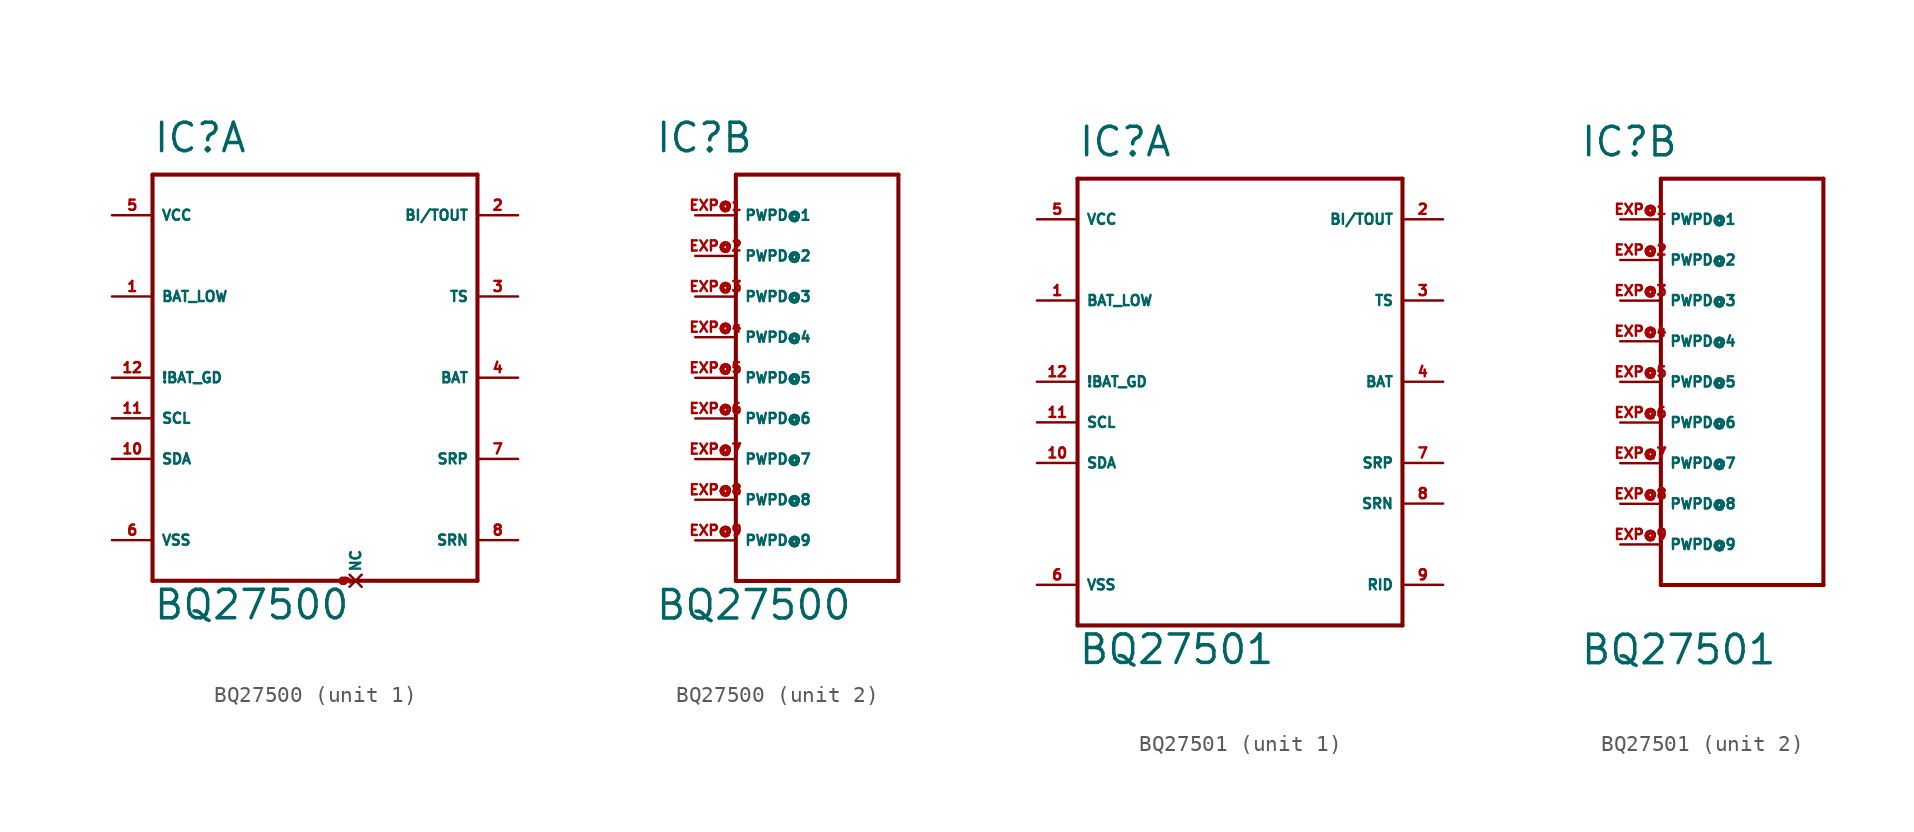
<source format=kicad_sym>
(kicad_symbol_lib
  (version 20220914)
  (generator Eagle2Kicad)
  (symbol "BQ27500"
    (property "Reference" "IC"
      (at -10.16 13.97 0)
      (effects (font (size 1.778 1.778) (thickness 0.22)) (justify left bottom)))
    (property "Value" "BQ27500"
      (at -10.16 -15.24 0)
      (effects (font (size 1.778 1.778) (thickness 0.22)) (justify left bottom)))
    (symbol "BQ27500_1_0"
      (polyline (pts (xy -10.16 12.7) (xy 10.16 12.7)) (stroke (width 0.254) (type default)) (fill (type none)))
      (polyline (pts (xy 10.16 12.7) (xy 10.16 -12.7)) (stroke (width 0.254) (type default)) (fill (type none)))
      (polyline (pts (xy 10.16 -12.7) (xy -10.16 -12.7)) (stroke (width 0.254) (type default)) (fill (type none)))
      (polyline (pts (xy -10.16 -12.7) (xy -10.16 12.7)) (stroke (width 0.254) (type default)) (fill (type none)))
      (pin output line (at -12.7 5.08 0) (length 2.54) (name "BAT_LOW" (effects (font (size 0.635 0.635) (thickness 0.08)) (justify left bottom))) (number "1" (effects (font (size 0.635 0.635) (thickness 0.08)) (justify left bottom))))
      (pin bidirectional line (at 12.7 10.16 180) (length 2.54) (name "BI/TOUT" (effects (font (size 0.635 0.635) (thickness 0.08)) (justify left bottom))) (number "2" (effects (font (size 0.635 0.635) (thickness 0.08)) (justify left bottom))))
      (pin input line (at 12.7 5.08 180) (length 2.54) (name "TS" (effects (font (size 0.635 0.635) (thickness 0.08)) (justify left bottom))) (number "3" (effects (font (size 0.635 0.635) (thickness 0.08)) (justify left bottom))))
      (pin input line (at 12.7 0 180) (length 2.54) (name "BAT" (effects (font (size 0.635 0.635) (thickness 0.08)) (justify left bottom))) (number "4" (effects (font (size 0.635 0.635) (thickness 0.08)) (justify left bottom))))
      (pin unspecified line (at -12.7 10.16 0) (length 2.54) (name "VCC" (effects (font (size 0.635 0.635) (thickness 0.08)) (justify left bottom))) (number "5" (effects (font (size 0.635 0.635) (thickness 0.08)) (justify left bottom))))
      (pin unspecified line (at -12.7 -10.16 0) (length 2.54) (name "VSS" (effects (font (size 0.635 0.635) (thickness 0.08)) (justify left bottom))) (number "6" (effects (font (size 0.635 0.635) (thickness 0.08)) (justify left bottom))))
      (pin input line (at 12.7 -5.08 180) (length 2.54) (name "SRP" (effects (font (size 0.635 0.635) (thickness 0.08)) (justify left bottom))) (number "7" (effects (font (size 0.635 0.635) (thickness 0.08)) (justify left bottom))))
      (pin input line (at 12.7 -10.16 180) (length 2.54) (name "SRN" (effects (font (size 0.635 0.635) (thickness 0.08)) (justify left bottom))) (number "8" (effects (font (size 0.635 0.635) (thickness 0.08)) (justify left bottom))))
      (pin no_connect line (at 2.54 -12.7 90) (length 0) (name "NC" (effects (font (size 0.635 0.635) (thickness 0.08)) (justify left bottom) hide)) (number "9" (effects (font (size 0.635 0.635) (thickness 0.08)) (justify left bottom) hide)))
      (pin bidirectional line (at -12.7 -5.08 0) (length 2.54) (name "SDA" (effects (font (size 0.635 0.635) (thickness 0.08)) (justify left bottom))) (number "10" (effects (font (size 0.635 0.635) (thickness 0.08)) (justify left bottom))))
      (pin input line (at -12.7 -2.54 0) (length 2.54) (name "SCL" (effects (font (size 0.635 0.635) (thickness 0.08)) (justify left bottom))) (number "11" (effects (font (size 0.635 0.635) (thickness 0.08)) (justify left bottom))))
      (pin output line (at -12.7 0 0) (length 2.54) (name "!BAT_GD" (effects (font (size 0.635 0.635) (thickness 0.08)) (justify left bottom))) (number "12" (effects (font (size 0.635 0.635) (thickness 0.08)) (justify left bottom)))))
    (symbol "BQ27500_2_0"
      (polyline (pts (xy -5.08 12.7) (xy -5.08 -12.7)) (stroke (width 0.254) (type default)) (fill (type none)))
      (polyline (pts (xy -5.08 -12.7) (xy 5.08 -12.7)) (stroke (width 0.254) (type default)) (fill (type none)))
      (polyline (pts (xy 5.08 -12.7) (xy 5.08 12.7)) (stroke (width 0.254) (type default)) (fill (type none)))
      (polyline (pts (xy 5.08 12.7) (xy -5.08 12.7)) (stroke (width 0.254) (type default)) (fill (type none)))
      (pin unspecified line (at -7.62 10.16 0) (length 2.54) (name "PWPD@1" (effects (font (size 0.635 0.635) (thickness 0.08)) (justify left bottom))) (number "EXP@1" (effects (font (size 0.635 0.635) (thickness 0.08)) (justify left bottom))))
      (pin unspecified line (at -7.62 7.62 0) (length 2.54) (name "PWPD@2" (effects (font (size 0.635 0.635) (thickness 0.08)) (justify left bottom))) (number "EXP@2" (effects (font (size 0.635 0.635) (thickness 0.08)) (justify left bottom))))
      (pin unspecified line (at -7.62 5.08 0) (length 2.54) (name "PWPD@3" (effects (font (size 0.635 0.635) (thickness 0.08)) (justify left bottom))) (number "EXP@3" (effects (font (size 0.635 0.635) (thickness 0.08)) (justify left bottom))))
      (pin unspecified line (at -7.62 2.54 0) (length 2.54) (name "PWPD@4" (effects (font (size 0.635 0.635) (thickness 0.08)) (justify left bottom))) (number "EXP@4" (effects (font (size 0.635 0.635) (thickness 0.08)) (justify left bottom))))
      (pin unspecified line (at -7.62 0 0) (length 2.54) (name "PWPD@5" (effects (font (size 0.635 0.635) (thickness 0.08)) (justify left bottom))) (number "EXP@5" (effects (font (size 0.635 0.635) (thickness 0.08)) (justify left bottom))))
      (pin unspecified line (at -7.62 -2.54 0) (length 2.54) (name "PWPD@6" (effects (font (size 0.635 0.635) (thickness 0.08)) (justify left bottom))) (number "EXP@6" (effects (font (size 0.635 0.635) (thickness 0.08)) (justify left bottom))))
      (pin unspecified line (at -7.62 -5.08 0) (length 2.54) (name "PWPD@7" (effects (font (size 0.635 0.635) (thickness 0.08)) (justify left bottom))) (number "EXP@7" (effects (font (size 0.635 0.635) (thickness 0.08)) (justify left bottom))))
      (pin unspecified line (at -7.62 -7.62 0) (length 2.54) (name "PWPD@8" (effects (font (size 0.635 0.635) (thickness 0.08)) (justify left bottom))) (number "EXP@8" (effects (font (size 0.635 0.635) (thickness 0.08)) (justify left bottom))))
      (pin unspecified line (at -7.62 -10.16 0) (length 2.54) (name "PWPD@9" (effects (font (size 0.635 0.635) (thickness 0.08)) (justify left bottom))) (number "EXP@9" (effects (font (size 0.635 0.635) (thickness 0.08)) (justify left bottom))))))
  (symbol "BQ27501"
    (property "Reference" "IC"
      (at -10.16 13.97 0)
      (effects (font (size 1.778 1.778) (thickness 0.22)) (justify left bottom)))
    (property "Value" "BQ27501"
      (at -10.16 -17.78 0)
      (effects (font (size 1.778 1.778) (thickness 0.22)) (justify left bottom)))
    (symbol "BQ27501_1_0"
      (polyline (pts (xy -10.16 12.7) (xy 10.16 12.7)) (stroke (width 0.254) (type default)) (fill (type none)))
      (polyline (pts (xy 10.16 12.7) (xy 10.16 -15.24)) (stroke (width 0.254) (type default)) (fill (type none)))
      (polyline (pts (xy 10.16 -15.24) (xy -10.16 -15.24)) (stroke (width 0.254) (type default)) (fill (type none)))
      (polyline (pts (xy -10.16 -15.24) (xy -10.16 12.7)) (stroke (width 0.254) (type default)) (fill (type none)))
      (pin output line (at -12.7 5.08 0) (length 2.54) (name "BAT_LOW" (effects (font (size 0.635 0.635) (thickness 0.08)) (justify left bottom))) (number "1" (effects (font (size 0.635 0.635) (thickness 0.08)) (justify left bottom))))
      (pin bidirectional line (at 12.7 10.16 180) (length 2.54) (name "BI/TOUT" (effects (font (size 0.635 0.635) (thickness 0.08)) (justify left bottom))) (number "2" (effects (font (size 0.635 0.635) (thickness 0.08)) (justify left bottom))))
      (pin input line (at 12.7 5.08 180) (length 2.54) (name "TS" (effects (font (size 0.635 0.635) (thickness 0.08)) (justify left bottom))) (number "3" (effects (font (size 0.635 0.635) (thickness 0.08)) (justify left bottom))))
      (pin input line (at 12.7 0 180) (length 2.54) (name "BAT" (effects (font (size 0.635 0.635) (thickness 0.08)) (justify left bottom))) (number "4" (effects (font (size 0.635 0.635) (thickness 0.08)) (justify left bottom))))
      (pin unspecified line (at -12.7 10.16 0) (length 2.54) (name "VCC" (effects (font (size 0.635 0.635) (thickness 0.08)) (justify left bottom))) (number "5" (effects (font (size 0.635 0.635) (thickness 0.08)) (justify left bottom))))
      (pin unspecified line (at -12.7 -12.7 0) (length 2.54) (name "VSS" (effects (font (size 0.635 0.635) (thickness 0.08)) (justify left bottom))) (number "6" (effects (font (size 0.635 0.635) (thickness 0.08)) (justify left bottom))))
      (pin input line (at 12.7 -5.08 180) (length 2.54) (name "SRP" (effects (font (size 0.635 0.635) (thickness 0.08)) (justify left bottom))) (number "7" (effects (font (size 0.635 0.635) (thickness 0.08)) (justify left bottom))))
      (pin input line (at 12.7 -7.62 180) (length 2.54) (name "SRN" (effects (font (size 0.635 0.635) (thickness 0.08)) (justify left bottom))) (number "8" (effects (font (size 0.635 0.635) (thickness 0.08)) (justify left bottom))))
      (pin input line (at 12.7 -12.7 180) (length 2.54) (name "RID" (effects (font (size 0.635 0.635) (thickness 0.08)) (justify left bottom))) (number "9" (effects (font (size 0.635 0.635) (thickness 0.08)) (justify left bottom))))
      (pin bidirectional line (at -12.7 -5.08 0) (length 2.54) (name "SDA" (effects (font (size 0.635 0.635) (thickness 0.08)) (justify left bottom))) (number "10" (effects (font (size 0.635 0.635) (thickness 0.08)) (justify left bottom))))
      (pin input line (at -12.7 -2.54 0) (length 2.54) (name "SCL" (effects (font (size 0.635 0.635) (thickness 0.08)) (justify left bottom))) (number "11" (effects (font (size 0.635 0.635) (thickness 0.08)) (justify left bottom))))
      (pin output line (at -12.7 0 0) (length 2.54) (name "!BAT_GD" (effects (font (size 0.635 0.635) (thickness 0.08)) (justify left bottom))) (number "12" (effects (font (size 0.635 0.635) (thickness 0.08)) (justify left bottom)))))
    (symbol "BQ27501_2_0"
      (polyline (pts (xy -5.08 12.7) (xy -5.08 -12.7)) (stroke (width 0.254) (type default)) (fill (type none)))
      (polyline (pts (xy -5.08 -12.7) (xy 5.08 -12.7)) (stroke (width 0.254) (type default)) (fill (type none)))
      (polyline (pts (xy 5.08 -12.7) (xy 5.08 12.7)) (stroke (width 0.254) (type default)) (fill (type none)))
      (polyline (pts (xy 5.08 12.7) (xy -5.08 12.7)) (stroke (width 0.254) (type default)) (fill (type none)))
      (pin unspecified line (at -7.62 10.16 0) (length 2.54) (name "PWPD@1" (effects (font (size 0.635 0.635) (thickness 0.08)) (justify left bottom))) (number "EXP@1" (effects (font (size 0.635 0.635) (thickness 0.08)) (justify left bottom))))
      (pin unspecified line (at -7.62 7.62 0) (length 2.54) (name "PWPD@2" (effects (font (size 0.635 0.635) (thickness 0.08)) (justify left bottom))) (number "EXP@2" (effects (font (size 0.635 0.635) (thickness 0.08)) (justify left bottom))))
      (pin unspecified line (at -7.62 5.08 0) (length 2.54) (name "PWPD@3" (effects (font (size 0.635 0.635) (thickness 0.08)) (justify left bottom))) (number "EXP@3" (effects (font (size 0.635 0.635) (thickness 0.08)) (justify left bottom))))
      (pin unspecified line (at -7.62 2.54 0) (length 2.54) (name "PWPD@4" (effects (font (size 0.635 0.635) (thickness 0.08)) (justify left bottom))) (number "EXP@4" (effects (font (size 0.635 0.635) (thickness 0.08)) (justify left bottom))))
      (pin unspecified line (at -7.62 0 0) (length 2.54) (name "PWPD@5" (effects (font (size 0.635 0.635) (thickness 0.08)) (justify left bottom))) (number "EXP@5" (effects (font (size 0.635 0.635) (thickness 0.08)) (justify left bottom))))
      (pin unspecified line (at -7.62 -2.54 0) (length 2.54) (name "PWPD@6" (effects (font (size 0.635 0.635) (thickness 0.08)) (justify left bottom))) (number "EXP@6" (effects (font (size 0.635 0.635) (thickness 0.08)) (justify left bottom))))
      (pin unspecified line (at -7.62 -5.08 0) (length 2.54) (name "PWPD@7" (effects (font (size 0.635 0.635) (thickness 0.08)) (justify left bottom))) (number "EXP@7" (effects (font (size 0.635 0.635) (thickness 0.08)) (justify left bottom))))
      (pin unspecified line (at -7.62 -7.62 0) (length 2.54) (name "PWPD@8" (effects (font (size 0.635 0.635) (thickness 0.08)) (justify left bottom))) (number "EXP@8" (effects (font (size 0.635 0.635) (thickness 0.08)) (justify left bottom))))
      (pin unspecified line (at -7.62 -10.16 0) (length 2.54) (name "PWPD@9" (effects (font (size 0.635 0.635) (thickness 0.08)) (justify left bottom))) (number "EXP@9" (effects (font (size 0.635 0.635) (thickness 0.08)) (justify left bottom)))))))
</source>
